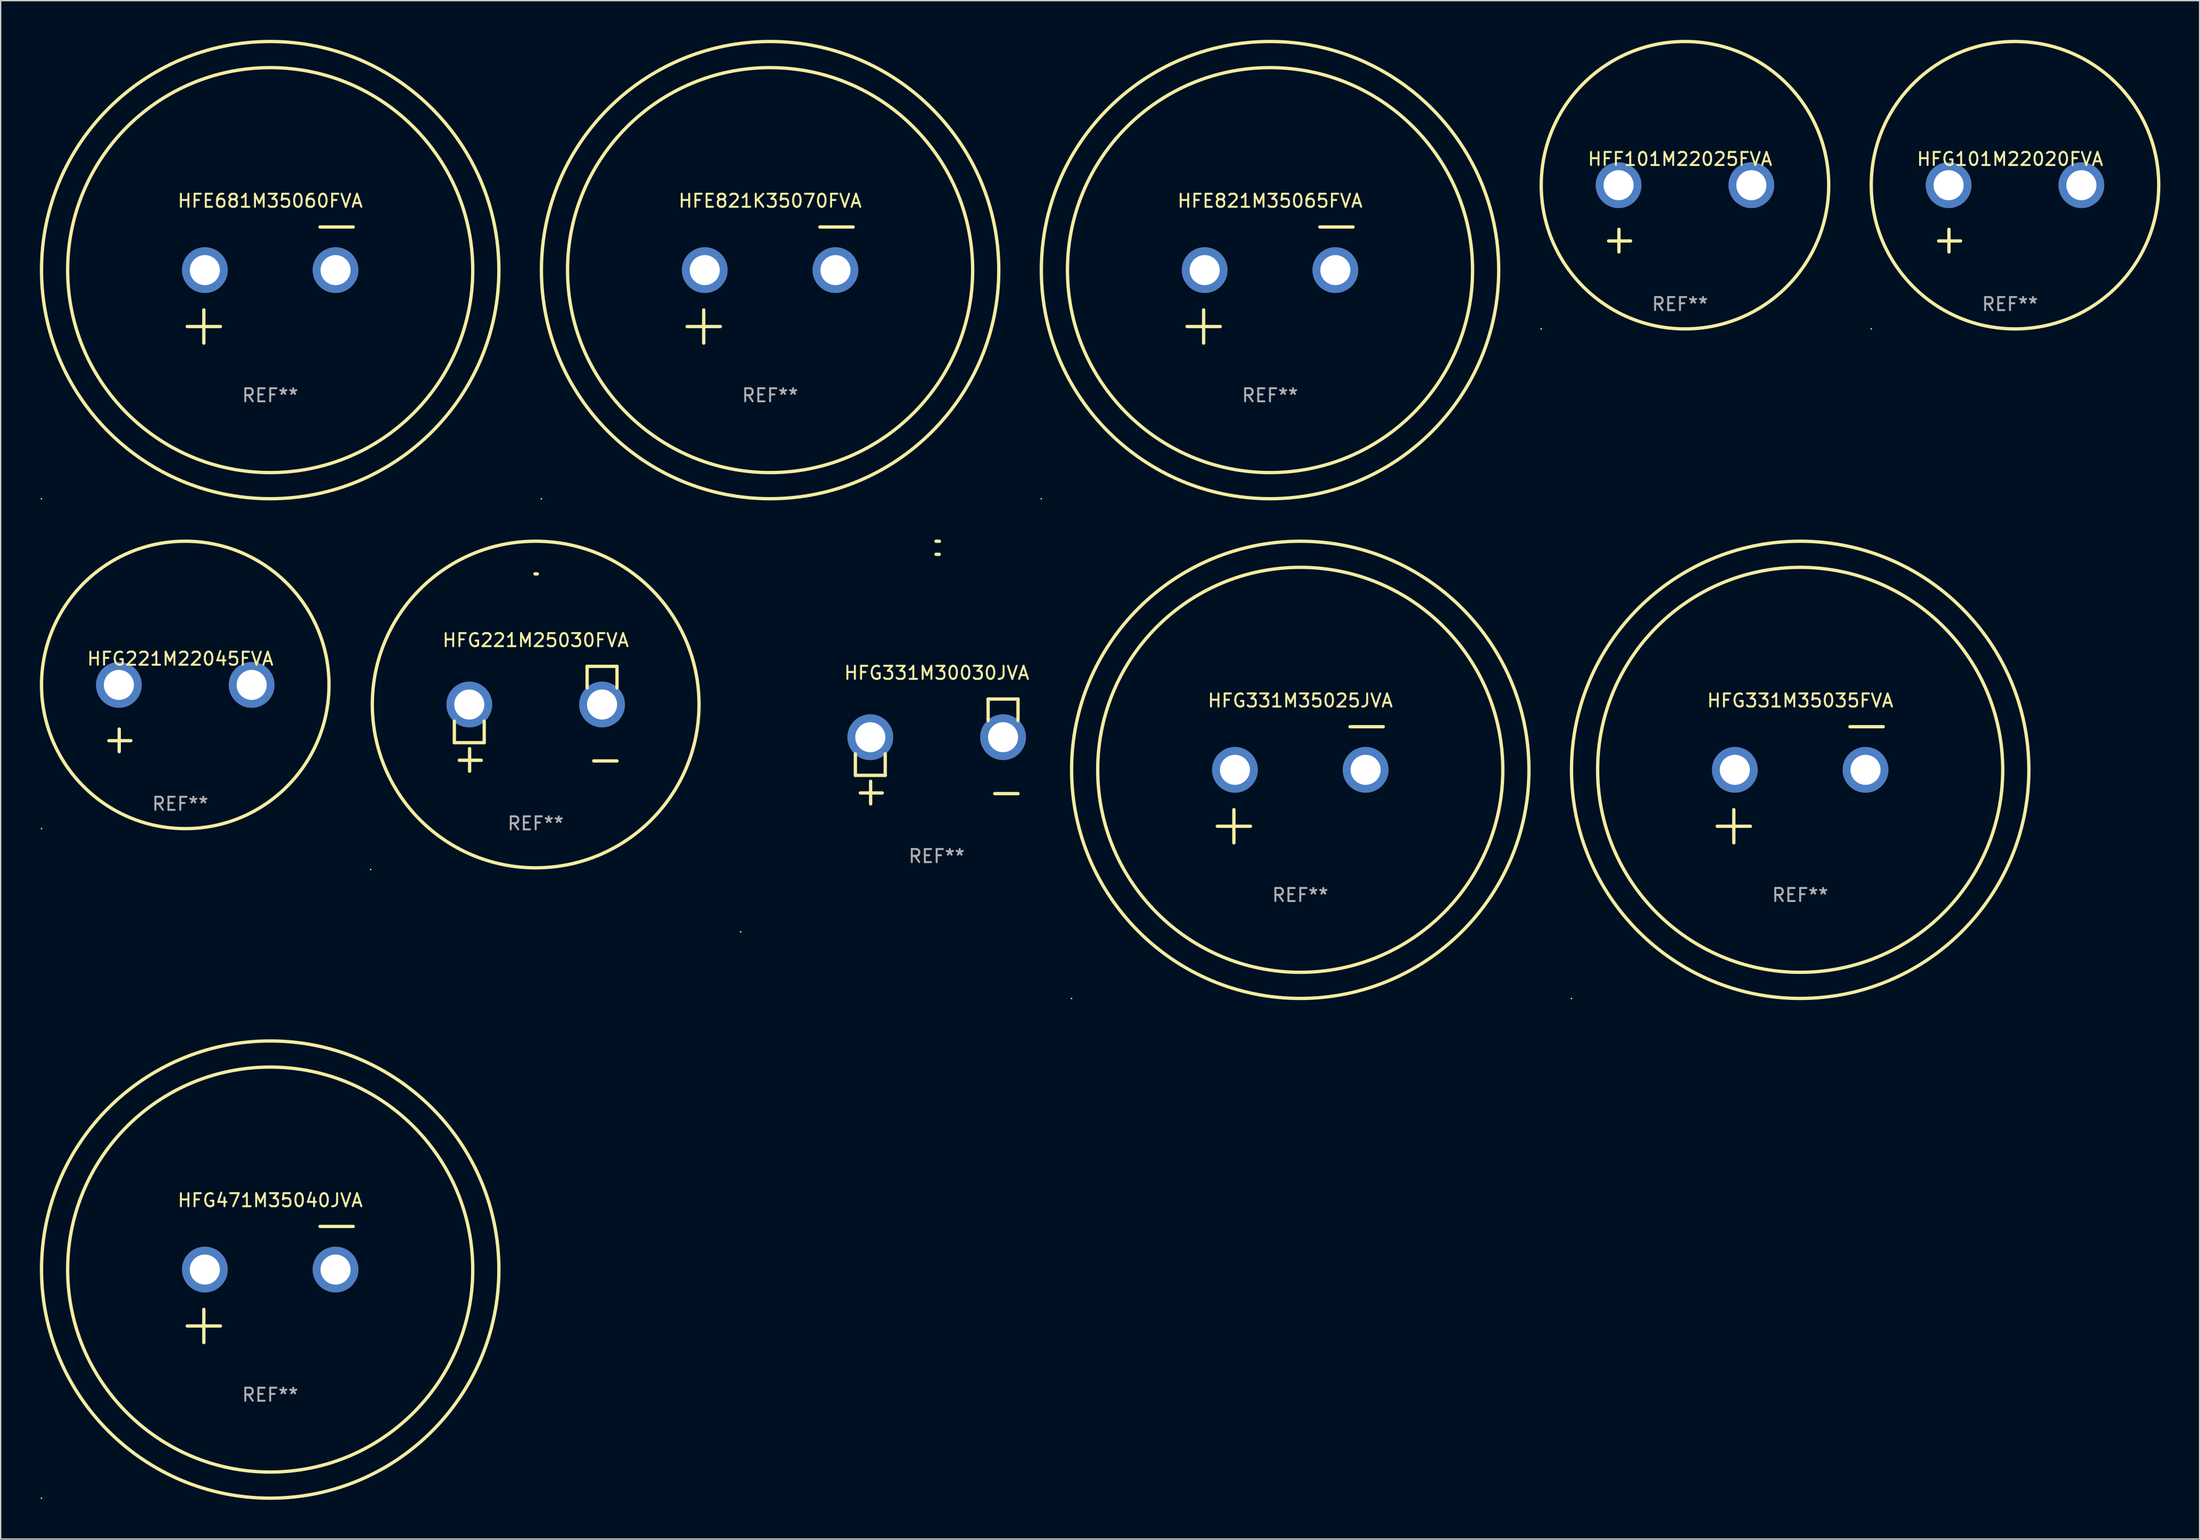
<source format=kicad_pcb>
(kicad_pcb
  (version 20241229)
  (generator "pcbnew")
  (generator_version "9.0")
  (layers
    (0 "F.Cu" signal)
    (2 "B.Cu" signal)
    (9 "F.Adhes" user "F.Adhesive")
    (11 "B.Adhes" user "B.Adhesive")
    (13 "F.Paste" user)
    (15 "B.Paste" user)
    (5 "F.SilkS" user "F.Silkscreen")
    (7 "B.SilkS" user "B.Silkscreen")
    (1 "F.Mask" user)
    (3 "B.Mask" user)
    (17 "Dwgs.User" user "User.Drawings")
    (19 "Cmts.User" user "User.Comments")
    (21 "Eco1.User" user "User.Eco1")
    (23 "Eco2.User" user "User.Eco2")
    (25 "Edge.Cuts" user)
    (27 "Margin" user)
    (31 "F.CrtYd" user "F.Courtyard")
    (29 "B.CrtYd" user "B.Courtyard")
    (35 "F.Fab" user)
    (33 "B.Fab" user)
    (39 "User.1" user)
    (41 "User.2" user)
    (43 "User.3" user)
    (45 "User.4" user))
  (footprint "HFG331M35025JVA"
    (layer "F.Cu")
    (at 96.451 57.024)
    (property "Reference" "HFG331M35025JVA" (at 0 -6.445 0) (layer "F.SilkS") (effects (font (size 1 1) (thickness 0.15))))
    (attr through_hole)
    (fp_line (start -6.35 3.175) (end -3.81 3.175) (stroke (width 0.254) (type solid)) (layer "F.SilkS"))
    (fp_line (start -5.08 1.905) (end -5.08 4.445) (stroke (width 0.254) (type solid)) (layer "F.SilkS"))
    (fp_line (start 3.81 -4.445) (end 6.35 -4.445) (stroke (width 0.254) (type solid)) (layer "F.SilkS"))
    (fp_circle (center -17.505 16.362) (end -17.475 16.362) (stroke (width 0.06) (type solid)) (fill no) (layer "F.SilkS"))
    (fp_circle (center 0 -1.143) (end 15.5 -1.143) (stroke (width 0.254) (type solid)) (fill no) (layer "F.SilkS"))
    (fp_circle (center 0 -1.143) (end 17.5 -1.143) (stroke (width 0.254) (type solid)) (fill no) (layer "F.SilkS"))
    (fp_text user "REF**" (at 0 8.445 0) (layer "F.Fab") (effects (font (size 1 1) (thickness 0.15))))
    (pad "1" thru_hole circle (at -5 -1.143) (size 3.5 3.5) (drill 2.3) (layers "*.Cu" "*.Mask"))
    (pad "2" thru_hole circle (at 5 -1.143) (size 3.5 3.5) (drill 2.3) (layers "*.Cu" "*.Mask")))
  (footprint "HFG101M22020FVA"
    (layer "F.Cu")
    (at 150.763 13.68)
    (property "Reference" "HFG101M22020FVA" (at 0 -4.553 0) (layer "F.SilkS") (effects (font (size 1 1) (thickness 0.15))))
    (attr through_hole)
    (fp_line (start -4.674 2.553) (end -4.674 0.826) (stroke (width 0.254) (type solid)) (layer "F.SilkS"))
    (fp_line (start -3.785 1.715) (end -5.461 1.715) (stroke (width 0.254) (type solid)) (layer "F.SilkS"))
    (fp_circle (center -10.619 8.447) (end -10.589 8.447) (stroke (width 0.06) (type solid)) (fill no) (layer "F.SilkS"))
    (fp_circle (center 0.381 -2.553) (end 11.381 -2.553) (stroke (width 0.254) (type solid)) (fill no) (layer "F.SilkS"))
    (fp_text user "REF**" (at 0 6.553 0) (layer "F.Fab") (effects (font (size 1 1) (thickness 0.15))))
    (pad "1" thru_hole circle (at -4.699 -2.553) (size 3.5 3.5) (drill 2.3) (layers "*.Cu" "*.Mask"))
    (pad "2" thru_hole circle (at 5.461 -2.553) (size 3.5 3.5) (drill 2.3) (layers "*.Cu" "*.Mask")))
  (footprint "HFG331M35035FVA"
    (layer "F.Cu")
    (at 134.706 57.024)
    (property "Reference" "HFG331M35035FVA" (at 0 -6.445 0) (layer "F.SilkS") (effects (font (size 1 1) (thickness 0.15))))
    (attr through_hole)
    (fp_line (start -6.35 3.175) (end -3.81 3.175) (stroke (width 0.254) (type solid)) (layer "F.SilkS"))
    (fp_line (start -5.08 1.905) (end -5.08 4.445) (stroke (width 0.254) (type solid)) (layer "F.SilkS"))
    (fp_line (start 3.81 -4.445) (end 6.35 -4.445) (stroke (width 0.254) (type solid)) (layer "F.SilkS"))
    (fp_circle (center -17.505 16.362) (end -17.475 16.362) (stroke (width 0.06) (type solid)) (fill no) (layer "F.SilkS"))
    (fp_circle (center 0 -1.143) (end 15.5 -1.143) (stroke (width 0.254) (type solid)) (fill no) (layer "F.SilkS"))
    (fp_circle (center 0 -1.143) (end 17.5 -1.143) (stroke (width 0.254) (type solid)) (fill no) (layer "F.SilkS"))
    (fp_text user "REF**" (at 0 8.445 0) (layer "F.Fab") (effects (font (size 1 1) (thickness 0.15))))
    (pad "1" thru_hole circle (at -5 -1.143) (size 3.5 3.5) (drill 2.3) (layers "*.Cu" "*.Mask"))
    (pad "2" thru_hole circle (at 5 -1.143) (size 3.5 3.5) (drill 2.3) (layers "*.Cu" "*.Mask")))
  (footprint "HFG331M30030JVA"
    (layer "F.Cu")
    (at 68.628 54.475)
    (property "Reference" "HFG331M30030JVA" (at 0 -6.013 0) (layer "F.SilkS") (effects (font (size 1 1) (thickness 0.15))))
    (attr through_hole)
    (fp_line (start -6.223 0.178) (end -6.223 1.829) (stroke (width 0.254) (type solid)) (layer "F.SilkS"))
    (fp_line (start -6.223 1.829) (end -3.937 1.829) (stroke (width 0.254) (type solid)) (layer "F.SilkS"))
    (fp_line (start -5.055 4.013) (end -5.055 2.286) (stroke (width 0.254) (type solid)) (layer "F.SilkS"))
    (fp_line (start -4.166 3.175) (end -5.842 3.175) (stroke (width 0.254) (type solid)) (layer "F.SilkS"))
    (fp_line (start -3.937 1.829) (end -3.937 0.178) (stroke (width 0.254) (type solid)) (layer "F.SilkS"))
    (fp_line (start 3.937 -4.013) (end 3.937 -2.362) (stroke (width 0.254) (type solid)) (layer "F.SilkS"))
    (fp_line (start 6.223 -4.013) (end 3.937 -4.013) (stroke (width 0.254) (type solid)) (layer "F.SilkS"))
    (fp_line (start 6.223 -2.362) (end 6.223 -4.013) (stroke (width 0.254) (type solid)) (layer "F.SilkS"))
    (fp_line (start 6.223 3.226) (end 4.445 3.226) (stroke (width 0.254) (type solid)) (layer "F.SilkS"))
    (fp_arc (start -0.0508 -16.093472) (mid 0.080016 -16.092762) (end 0.210821 -16.090932) (stroke (width 0.254001) (type solid)) (layer "F.SilkS"))
    (fp_arc (start -0.0508 -15.09271) (mid 0.071125 -15.091961) (end 0.19304 -15.09017) (stroke (width 0.254001) (type solid)) (layer "F.SilkS"))
    (fp_circle (center -15 13.808) (end -14.97 13.808) (stroke (width 0.06) (type solid)) (fill no) (layer "F.SilkS"))
    (fp_text user "REF**" (at 0 8.013 0) (layer "F.Fab") (effects (font (size 1 1) (thickness 0.15))))
    (pad "1" thru_hole circle (at -5.08 -1.092) (size 3.5 3.5) (drill 2.3) (layers "*.Cu" "*.Mask"))
    (pad "2" thru_hole circle (at 5.08 -1.092) (size 3.5 3.5) (drill 2.3) (layers "*.Cu" "*.Mask")))
  (footprint "HFF101M22025FVA"
    (layer "F.Cu")
    (at 125.509 13.68)
    (property "Reference" "HFF101M22025FVA" (at 0 -4.553 0) (layer "F.SilkS") (effects (font (size 1 1) (thickness 0.15))))
    (attr through_hole)
    (fp_line (start -4.674 2.553) (end -4.674 0.826) (stroke (width 0.254) (type solid)) (layer "F.SilkS"))
    (fp_line (start -3.785 1.715) (end -5.461 1.715) (stroke (width 0.254) (type solid)) (layer "F.SilkS"))
    (fp_circle (center -10.619 8.447) (end -10.589 8.447) (stroke (width 0.06) (type solid)) (fill no) (layer "F.SilkS"))
    (fp_circle (center 0.381 -2.553) (end 11.381 -2.553) (stroke (width 0.254) (type solid)) (fill no) (layer "F.SilkS"))
    (fp_text user "REF**" (at 0 6.553 0) (layer "F.Fab") (effects (font (size 1 1) (thickness 0.15))))
    (pad "1" thru_hole circle (at -4.699 -2.553) (size 3.5 3.5) (drill 2.3) (layers "*.Cu" "*.Mask"))
    (pad "2" thru_hole circle (at 5.461 -2.553) (size 3.5 3.5) (drill 2.3) (layers "*.Cu" "*.Mask")))
  (footprint "HFE681M35060FVA"
    (layer "F.Cu")
    (at 17.627 18.77)
    (property "Reference" "HFE681M35060FVA" (at 0 -6.445 0) (layer "F.SilkS") (effects (font (size 1 1) (thickness 0.15))))
    (attr through_hole)
    (fp_line (start -6.35 3.175) (end -3.81 3.175) (stroke (width 0.254) (type solid)) (layer "F.SilkS"))
    (fp_line (start -5.08 1.905) (end -5.08 4.445) (stroke (width 0.254) (type solid)) (layer "F.SilkS"))
    (fp_line (start 3.81 -4.445) (end 6.35 -4.445) (stroke (width 0.254) (type solid)) (layer "F.SilkS"))
    (fp_circle (center -17.505 16.362) (end -17.475 16.362) (stroke (width 0.06) (type solid)) (fill no) (layer "F.SilkS"))
    (fp_circle (center 0 -1.143) (end 15.5 -1.143) (stroke (width 0.254) (type solid)) (fill no) (layer "F.SilkS"))
    (fp_circle (center 0 -1.143) (end 17.5 -1.143) (stroke (width 0.254) (type solid)) (fill no) (layer "F.SilkS"))
    (fp_text user "REF**" (at 0 8.445 0) (layer "F.Fab") (effects (font (size 1 1) (thickness 0.15))))
    (pad "1" thru_hole circle (at -5 -1.143) (size 3.5 3.5) (drill 2.3) (layers "*.Cu" "*.Mask"))
    (pad "2" thru_hole circle (at 5 -1.143) (size 3.5 3.5) (drill 2.3) (layers "*.Cu" "*.Mask")))
  (footprint "HFG221M25030FVA"
    (layer "F.Cu")
    (at 37.941 51.973)
    (property "Reference" "HFG221M25030FVA" (at 0 -6.013 0) (layer "F.SilkS") (effects (font (size 1 1) (thickness 0.15))))
    (attr through_hole)
    (fp_line (start -6.223 0.178) (end -6.223 1.829) (stroke (width 0.254) (type solid)) (layer "F.SilkS"))
    (fp_line (start -6.223 1.829) (end -3.937 1.829) (stroke (width 0.254) (type solid)) (layer "F.SilkS"))
    (fp_line (start -5.055 4.013) (end -5.055 2.286) (stroke (width 0.254) (type solid)) (layer "F.SilkS"))
    (fp_line (start -4.166 3.175) (end -5.842 3.175) (stroke (width 0.254) (type solid)) (layer "F.SilkS"))
    (fp_line (start -3.937 1.829) (end -3.937 0.178) (stroke (width 0.254) (type solid)) (layer "F.SilkS"))
    (fp_line (start 3.937 -4.013) (end 3.937 -2.362) (stroke (width 0.254) (type solid)) (layer "F.SilkS"))
    (fp_line (start 6.223 -4.013) (end 3.937 -4.013) (stroke (width 0.254) (type solid)) (layer "F.SilkS"))
    (fp_line (start 6.223 -2.362) (end 6.223 -4.013) (stroke (width 0.254) (type solid)) (layer "F.SilkS"))
    (fp_line (start 6.223 3.226) (end 4.445 3.226) (stroke (width 0.254) (type solid)) (layer "F.SilkS"))
    (fp_arc (start -0.0508 -11.092202) (mid 0.036835 -11.091307) (end 0.12446 -11.089662) (stroke (width 0.254001) (type solid)) (layer "F.SilkS"))
    (fp_circle (center -12.627 11.535) (end -12.597 11.535) (stroke (width 0.06) (type solid)) (fill no) (layer "F.SilkS"))
    (fp_circle (center 0 -1.092) (end 12.5 -1.092) (stroke (width 0.254) (type solid)) (fill no) (layer "F.SilkS"))
    (fp_text user "REF**" (at 0 8.013 0) (layer "F.Fab") (effects (font (size 1 1) (thickness 0.15))))
    (pad "1" thru_hole circle (at -5.08 -1.092) (size 3.5 3.5) (drill 2.3) (layers "*.Cu" "*.Mask"))
    (pad "2" thru_hole circle (at 5.08 -1.092) (size 3.5 3.5) (drill 2.3) (layers "*.Cu" "*.Mask")))
  (footprint "HFE821M35065FVA"
    (layer "F.Cu")
    (at 94.136 18.77)
    (property "Reference" "HFE821M35065FVA" (at 0 -6.445 0) (layer "F.SilkS") (effects (font (size 1 1) (thickness 0.15))))
    (attr through_hole)
    (fp_line (start -6.35 3.175) (end -3.81 3.175) (stroke (width 0.254) (type solid)) (layer "F.SilkS"))
    (fp_line (start -5.08 1.905) (end -5.08 4.445) (stroke (width 0.254) (type solid)) (layer "F.SilkS"))
    (fp_line (start 3.81 -4.445) (end 6.35 -4.445) (stroke (width 0.254) (type solid)) (layer "F.SilkS"))
    (fp_circle (center -17.505 16.362) (end -17.475 16.362) (stroke (width 0.06) (type solid)) (fill no) (layer "F.SilkS"))
    (fp_circle (center 0 -1.143) (end 15.5 -1.143) (stroke (width 0.254) (type solid)) (fill no) (layer "F.SilkS"))
    (fp_circle (center 0 -1.143) (end 17.5 -1.143) (stroke (width 0.254) (type solid)) (fill no) (layer "F.SilkS"))
    (fp_text user "REF**" (at 0 8.445 0) (layer "F.Fab") (effects (font (size 1 1) (thickness 0.15))))
    (pad "1" thru_hole circle (at -5 -1.143) (size 3.5 3.5) (drill 2.3) (layers "*.Cu" "*.Mask"))
    (pad "2" thru_hole circle (at 5 -1.143) (size 3.5 3.5) (drill 2.3) (layers "*.Cu" "*.Mask")))
  (footprint "HFE821K35070FVA"
    (layer "F.Cu")
    (at 55.881 18.77)
    (property "Reference" "HFE821K35070FVA" (at 0 -6.445 0) (layer "F.SilkS") (effects (font (size 1 1) (thickness 0.15))))
    (attr through_hole)
    (fp_line (start -6.35 3.175) (end -3.81 3.175) (stroke (width 0.254) (type solid)) (layer "F.SilkS"))
    (fp_line (start -5.08 1.905) (end -5.08 4.445) (stroke (width 0.254) (type solid)) (layer "F.SilkS"))
    (fp_line (start 3.81 -4.445) (end 6.35 -4.445) (stroke (width 0.254) (type solid)) (layer "F.SilkS"))
    (fp_circle (center -17.505 16.362) (end -17.475 16.362) (stroke (width 0.06) (type solid)) (fill no) (layer "F.SilkS"))
    (fp_circle (center 0 -1.143) (end 15.5 -1.143) (stroke (width 0.254) (type solid)) (fill no) (layer "F.SilkS"))
    (fp_circle (center 0 -1.143) (end 17.5 -1.143) (stroke (width 0.254) (type solid)) (fill no) (layer "F.SilkS"))
    (fp_text user "REF**" (at 0 8.445 0) (layer "F.Fab") (effects (font (size 1 1) (thickness 0.15))))
    (pad "1" thru_hole circle (at -5 -1.143) (size 3.5 3.5) (drill 2.3) (layers "*.Cu" "*.Mask"))
    (pad "2" thru_hole circle (at 5 -1.143) (size 3.5 3.5) (drill 2.3) (layers "*.Cu" "*.Mask")))
  (footprint "HFG471M35040JVA"
    (layer "F.Cu")
    (at 17.627 95.279)
    (property "Reference" "HFG471M35040JVA" (at 0 -6.445 0) (layer "F.SilkS") (effects (font (size 1 1) (thickness 0.15))))
    (attr through_hole)
    (fp_line (start -6.35 3.175) (end -3.81 3.175) (stroke (width 0.254) (type solid)) (layer "F.SilkS"))
    (fp_line (start -5.08 1.905) (end -5.08 4.445) (stroke (width 0.254) (type solid)) (layer "F.SilkS"))
    (fp_line (start 3.81 -4.445) (end 6.35 -4.445) (stroke (width 0.254) (type solid)) (layer "F.SilkS"))
    (fp_circle (center -17.505 16.362) (end -17.475 16.362) (stroke (width 0.06) (type solid)) (fill no) (layer "F.SilkS"))
    (fp_circle (center 0 -1.143) (end 15.5 -1.143) (stroke (width 0.254) (type solid)) (fill no) (layer "F.SilkS"))
    (fp_circle (center 0 -1.143) (end 17.5 -1.143) (stroke (width 0.254) (type solid)) (fill no) (layer "F.SilkS"))
    (fp_text user "REF**" (at 0 8.445 0) (layer "F.Fab") (effects (font (size 1 1) (thickness 0.15))))
    (pad "1" thru_hole circle (at -5 -1.143) (size 3.5 3.5) (drill 2.3) (layers "*.Cu" "*.Mask"))
    (pad "2" thru_hole circle (at 5 -1.143) (size 3.5 3.5) (drill 2.3) (layers "*.Cu" "*.Mask")))
  (footprint "HFG221M22045FVA"
    (layer "F.Cu")
    (at 10.746 51.934)
    (property "Reference" "HFG221M22045FVA" (at 0 -4.553 0) (layer "F.SilkS") (effects (font (size 1 1) (thickness 0.15))))
    (attr through_hole)
    (fp_line (start -4.674 2.553) (end -4.674 0.826) (stroke (width 0.254) (type solid)) (layer "F.SilkS"))
    (fp_line (start -3.785 1.715) (end -5.461 1.715) (stroke (width 0.254) (type solid)) (layer "F.SilkS"))
    (fp_circle (center -10.619 8.447) (end -10.589 8.447) (stroke (width 0.06) (type solid)) (fill no) (layer "F.SilkS"))
    (fp_circle (center 0.381 -2.553) (end 11.381 -2.553) (stroke (width 0.254) (type solid)) (fill no) (layer "F.SilkS"))
    (fp_text user "REF**" (at 0 6.553 0) (layer "F.Fab") (effects (font (size 1 1) (thickness 0.15))))
    (pad "1" thru_hole circle (at -4.699 -2.553) (size 3.5 3.5) (drill 2.3) (layers "*.Cu" "*.Mask"))
    (pad "2" thru_hole circle (at 5.461 -2.553) (size 3.5 3.5) (drill 2.3) (layers "*.Cu" "*.Mask")))
  (gr_rect
    (start -3 -3)
    (end 165.271 114.763)
    (stroke (width 0.1) (type default))
    (fill no)
    (layer "Edge.Cuts")))
</source>
